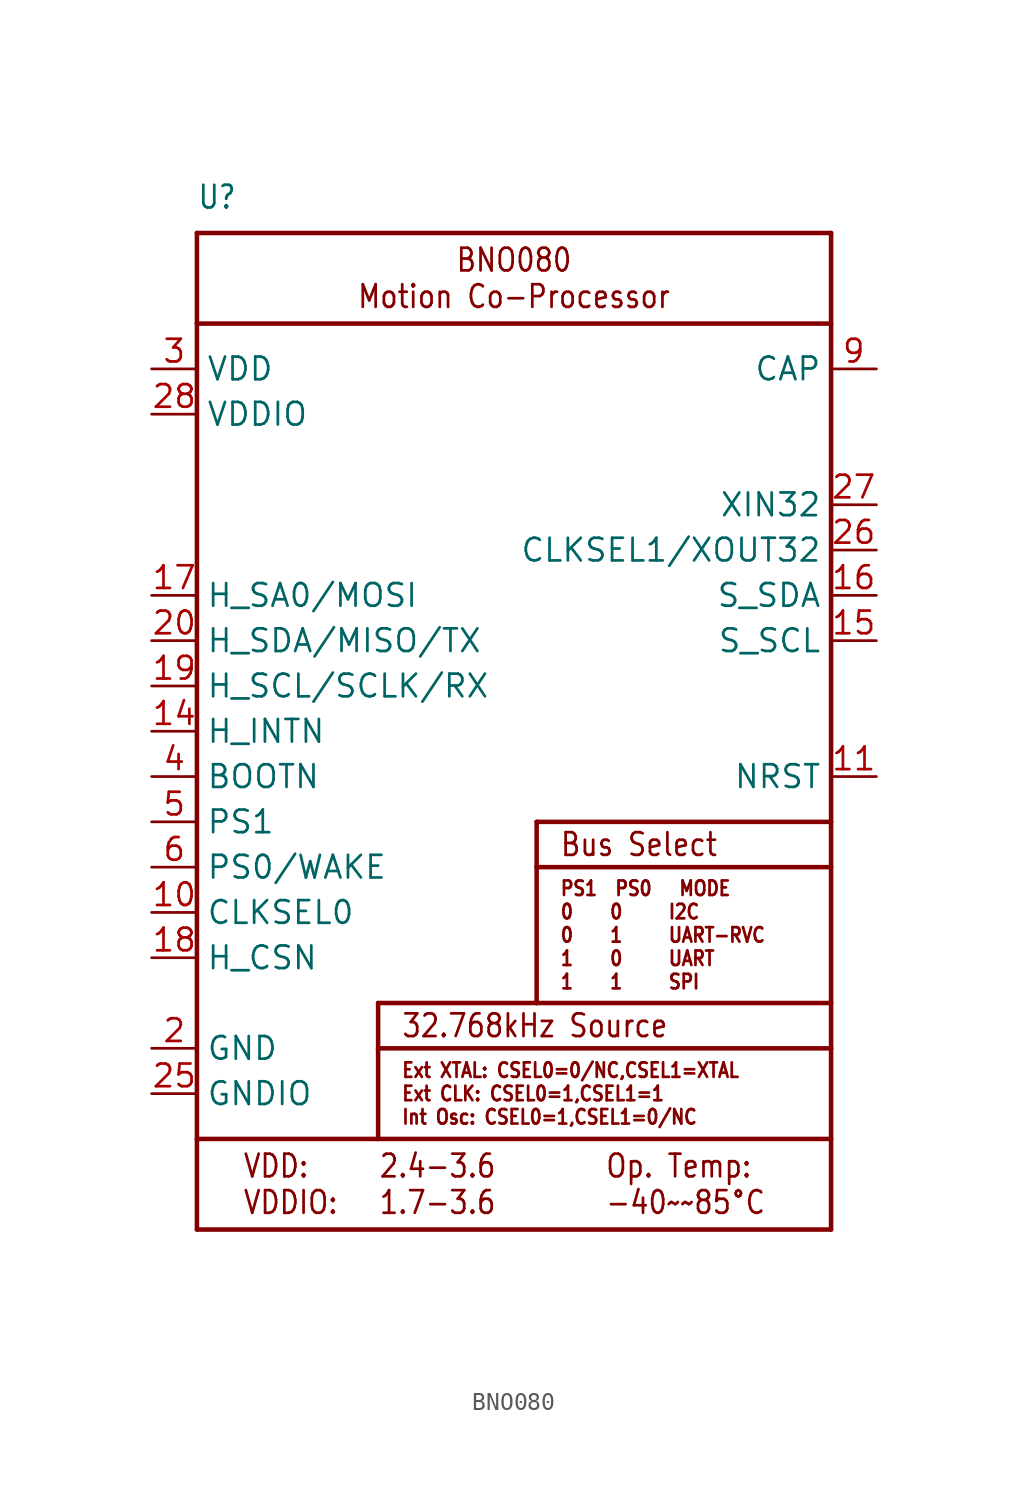
<source format=kicad_sym>
(kicad_symbol_lib
  (version 20220914)
  (generator kicad_symbol_editor)
  (symbol "BNO080"
    (property "Reference" "U"
      (at -17.78 29.21 0)
      (effects (font (size 1.27 1.079)) (justify left bottom)))
    (property "Value" ""
      (at -17.78 -30.48 0)
      (effects (font (size 1.27 1.079)) (justify left bottom)))
    (property "ki_locked" ""
      (at 0 0 0)
      (effects (font (size 1.27 1.27))))
    (symbol "BNO080_1_0"
      (polyline (pts (xy -17.78 -27.94) (xy 17.78 -27.94)) (stroke (width 0.254) (type solid)) (fill (type none)))
      (polyline (pts (xy -17.78 -22.86) (xy -17.78 -27.94)) (stroke (width 0.254) (type solid)) (fill (type none)))
      (polyline (pts (xy -17.78 -22.86) (xy -17.78 22.86)) (stroke (width 0.254) (type solid)) (fill (type none)))
      (polyline (pts (xy -17.78 22.86) (xy -17.78 27.94)) (stroke (width 0.254) (type solid)) (fill (type none)))
      (polyline (pts (xy -17.78 22.86) (xy 17.78 22.86)) (stroke (width 0.254) (type solid)) (fill (type none)))
      (polyline (pts (xy -17.78 27.94) (xy 17.78 27.94)) (stroke (width 0.254) (type solid)) (fill (type none)))
      (polyline (pts (xy -7.62 -22.86) (xy -17.78 -22.86)) (stroke (width 0.254) (type solid)) (fill (type none)))
      (polyline (pts (xy -7.62 -22.86) (xy -7.62 -17.78)) (stroke (width 0.254) (type solid)) (fill (type none)))
      (polyline (pts (xy -7.62 -17.78) (xy -7.62 -15.24)) (stroke (width 0.254) (type solid)) (fill (type none)))
      (polyline (pts (xy -7.62 -17.78) (xy 17.78 -17.78)) (stroke (width 0.254) (type solid)) (fill (type none)))
      (polyline (pts (xy -7.62 -15.24) (xy 1.27 -15.24)) (stroke (width 0.254) (type solid)) (fill (type none)))
      (polyline (pts (xy 1.27 -15.24) (xy 17.78 -15.24)) (stroke (width 0.254) (type solid)) (fill (type none)))
      (polyline (pts (xy 1.27 -7.62) (xy 1.27 -15.24)) (stroke (width 0.254) (type solid)) (fill (type none)))
      (polyline (pts (xy 1.27 -7.62) (xy 17.78 -7.62)) (stroke (width 0.254) (type solid)) (fill (type none)))
      (polyline (pts (xy 1.27 -5.08) (xy 1.27 -7.62)) (stroke (width 0.254) (type solid)) (fill (type none)))
      (polyline (pts (xy 17.78 -27.94) (xy 17.78 -22.86)) (stroke (width 0.254) (type solid)) (fill (type none)))
      (polyline (pts (xy 17.78 -22.86) (xy -7.62 -22.86)) (stroke (width 0.254) (type solid)) (fill (type none)))
      (polyline (pts (xy 17.78 -17.78) (xy 17.78 -22.86)) (stroke (width 0.254) (type solid)) (fill (type none)))
      (polyline (pts (xy 17.78 -15.24) (xy 17.78 -17.78)) (stroke (width 0.254) (type solid)) (fill (type none)))
      (polyline (pts (xy 17.78 -7.62) (xy 17.78 -15.24)) (stroke (width 0.254) (type solid)) (fill (type none)))
      (polyline (pts (xy 17.78 -5.08) (xy 1.27 -5.08)) (stroke (width 0.254) (type solid)) (fill (type none)))
      (polyline (pts (xy 17.78 -5.08) (xy 17.78 -7.62)) (stroke (width 0.254) (type solid)) (fill (type none)))
      (polyline (pts (xy 17.78 22.86) (xy 17.78 -5.08)) (stroke (width 0.254) (type solid)) (fill (type none)))
      (polyline (pts (xy 17.78 27.94) (xy 17.78 22.86)) (stroke (width 0.254) (type solid)) (fill (type none)))
      (text "2.4-3.6\n1.7-3.6" (at -7.62 -25.4 0) (effects (font (size 1.27 1.079)) (justify left)))
      (text "32.768kHz Source" (at -6.35 -16.51 0) (effects (font (size 1.27 1.079)) (justify left)))
      (text "BNO080\nMotion Co-Processor" (at 0 25.4 0) (effects (font (size 1.27 1.079))))
      (text "Bus Select" (at 2.54 -6.35 0) (effects (font (size 1.27 1.079)) (justify left)))
      (text "Ext XTAL: CSEL0=0/NC,CSEL1=XTAL\nExt CLK: CSEL0=1,CSEL1=1\nInt Osc: CSEL0=1,CSEL1=0/NC" (at -6.35 -20.32 0) (effects (font (size 0.813 0.691)) (justify left)))
      (text "Op. Temp:\n-40~~85°C" (at 5.08 -25.4 0) (effects (font (size 1.27 1.079)) (justify left)))
      (text "PS1  PS0   MODE\n0    0     I2C\n0    1     UART-RVC\n1    0     UART\n1    1     SPI" (at 2.54 -11.43 0) (effects (font (size 0.813 0.691)) (justify left)))
      (text "VDD:\nVDDIO:" (at -15.24 -25.4 0) (effects (font (size 1.27 1.079)) (justify left)))
      (pin input line (at -20.32 -10.16 0) (length 2.54) (name "CLKSEL0" (effects (font (size 1.27 1.27)))) (number "10" (effects (font (size 1.27 1.27)))))
      (pin input line (at 20.32 -2.54 180) (length 2.54) (name "NRST" (effects (font (size 1.27 1.27)))) (number "11" (effects (font (size 1.27 1.27)))))
      (pin output line (at -20.32 0 0) (length 2.54) (name "H_INTN" (effects (font (size 1.27 1.27)))) (number "14" (effects (font (size 1.27 1.27)))))
      (pin bidirectional line (at 20.32 5.08 180) (length 2.54) (name "S_SCL" (effects (font (size 1.27 1.27)))) (number "15" (effects (font (size 1.27 1.27)))))
      (pin bidirectional line (at 20.32 7.62 180) (length 2.54) (name "S_SDA" (effects (font (size 1.27 1.27)))) (number "16" (effects (font (size 1.27 1.27)))))
      (pin output line (at -20.32 7.62 0) (length 2.54) (name "H_SA0/MOSI" (effects (font (size 1.27 1.27)))) (number "17" (effects (font (size 1.27 1.27)))))
      (pin input line (at -20.32 -12.7 0) (length 2.54) (name "H_CSN" (effects (font (size 1.27 1.27)))) (number "18" (effects (font (size 1.27 1.27)))))
      (pin bidirectional line (at -20.32 2.54 0) (length 2.54) (name "H_SCL/SCLK/RX" (effects (font (size 1.27 1.27)))) (number "19" (effects (font (size 1.27 1.27)))))
      (pin power_in line (at -20.32 -17.78 0) (length 2.54) (name "GND" (effects (font (size 1.27 1.27)))) (number "2" (effects (font (size 1.27 1.27)))))
      (pin bidirectional line (at -20.32 5.08 0) (length 2.54) (name "H_SDA/MISO/TX" (effects (font (size 1.27 1.27)))) (number "20" (effects (font (size 1.27 1.27)))))
      (pin power_in line (at -20.32 -20.32 0) (length 2.54) (name "GNDIO" (effects (font (size 1.27 1.27)))) (number "25" (effects (font (size 1.27 1.27)))))
      (pin output line (at 20.32 10.16 180) (length 2.54) (name "CLKSEL1/XOUT32" (effects (font (size 1.27 1.27)))) (number "26" (effects (font (size 1.27 1.27)))))
      (pin input line (at 20.32 12.7 180) (length 2.54) (name "XIN32" (effects (font (size 1.27 1.27)))) (number "27" (effects (font (size 1.27 1.27)))))
      (pin power_in line (at -20.32 17.78 0) (length 2.54) (name "VDDIO" (effects (font (size 1.27 1.27)))) (number "28" (effects (font (size 1.27 1.27)))))
      (pin power_in line (at -20.32 20.32 0) (length 2.54) (name "VDD" (effects (font (size 1.27 1.27)))) (number "3" (effects (font (size 1.27 1.27)))))
      (pin input line (at -20.32 -2.54 0) (length 2.54) (name "BOOTN" (effects (font (size 1.27 1.27)))) (number "4" (effects (font (size 1.27 1.27)))))
      (pin input line (at -20.32 -5.08 0) (length 2.54) (name "PS1" (effects (font (size 1.27 1.27)))) (number "5" (effects (font (size 1.27 1.27)))))
      (pin input line (at -20.32 -7.62 0) (length 2.54) (name "PS0/WAKE" (effects (font (size 1.27 1.27)))) (number "6" (effects (font (size 1.27 1.27)))))
      (pin passive line (at 20.32 20.32 180) (length 2.54) (name "CAP" (effects (font (size 1.27 1.27)))) (number "9" (effects (font (size 1.27 1.27))))))))
</source>
